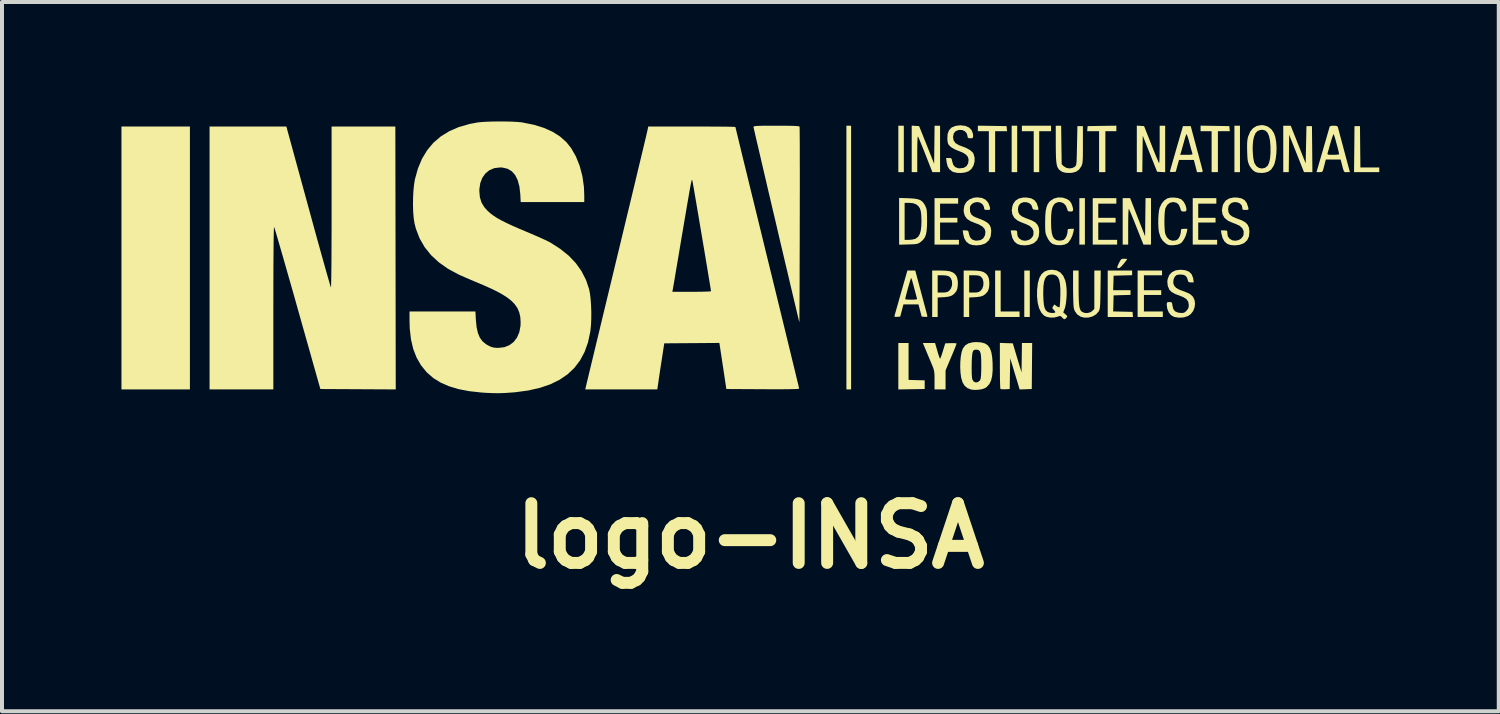
<source format=kicad_pcb>
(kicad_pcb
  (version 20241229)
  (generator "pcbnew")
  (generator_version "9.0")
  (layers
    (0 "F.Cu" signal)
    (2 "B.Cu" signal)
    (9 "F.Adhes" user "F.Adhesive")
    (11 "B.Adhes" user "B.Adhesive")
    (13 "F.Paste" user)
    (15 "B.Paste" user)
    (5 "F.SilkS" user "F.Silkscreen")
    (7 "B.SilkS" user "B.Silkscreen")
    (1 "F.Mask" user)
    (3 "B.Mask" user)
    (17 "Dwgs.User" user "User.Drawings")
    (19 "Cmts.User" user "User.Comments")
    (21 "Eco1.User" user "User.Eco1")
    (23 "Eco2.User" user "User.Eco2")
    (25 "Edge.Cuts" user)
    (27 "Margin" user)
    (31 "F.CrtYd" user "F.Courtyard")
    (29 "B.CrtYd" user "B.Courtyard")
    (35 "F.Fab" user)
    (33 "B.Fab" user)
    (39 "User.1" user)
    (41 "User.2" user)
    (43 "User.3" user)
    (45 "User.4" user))
  (footprint "logo-INSA"
    (layer "F.Cu")
    (at 15.793 3.408)
    (property "Reference" "logo-INSA" (at 0 7 0) (layer "F.SilkS") (effects (font (size 1.5 1.5) (thickness 0.3))))
    (attr board_only exclude_from_pos_files exclude_from_bom)
    (fp_poly (pts (xy -14.074 0.02) (xy -14.074 3.321) (xy -14.934 3.321) (xy -15.793 3.321) (xy -15.793 0.02) (xy -15.793 -3.281) (xy -14.934 -3.281) (xy -14.074 -3.281)) (stroke (width 0) (type solid)) (fill yes) (layer "F.SilkS"))
    (fp_poly (pts (xy 2.53 0.01) (xy 2.53 3.321) (xy 2.471 3.321) (xy 2.412 3.321) (xy 2.412 0.01) (xy 2.412 -3.301) (xy 2.471 -3.301) (xy 2.53 -3.301)) (stroke (width 0) (type solid)) (fill yes) (layer "F.SilkS"))
    (fp_poly (pts (xy 3.854 -2.718) (xy 3.854 -2.135) (xy 3.785 -2.135) (xy 3.716 -2.135) (xy 3.716 -2.718) (xy 3.716 -3.301) (xy 3.785 -3.301) (xy 3.854 -3.301)) (stroke (width 0) (type solid)) (fill yes) (layer "F.SilkS"))
    (fp_poly (pts (xy 6.701 -2.718) (xy 6.701 -2.135) (xy 6.632 -2.135) (xy 6.562 -2.135) (xy 6.562 -2.718) (xy 6.562 -3.301) (xy 6.632 -3.301) (xy 6.701 -3.301)) (stroke (width 0) (type solid)) (fill yes) (layer "F.SilkS"))
    (fp_poly (pts (xy 7.017 0.919) (xy 7.017 1.502) (xy 6.948 1.502) (xy 6.879 1.502) (xy 6.879 0.919) (xy 6.879 0.336) (xy 6.948 0.336) (xy 7.017 0.336)) (stroke (width 0) (type solid)) (fill yes) (layer "F.SilkS"))
    (fp_poly (pts (xy 8.401 -0.899) (xy 8.401 -0.316) (xy 8.332 -0.316) (xy 8.262 -0.316) (xy 8.262 -0.899) (xy 8.262 -1.482) (xy 8.332 -1.482) (xy 8.401 -1.482)) (stroke (width 0) (type solid)) (fill yes) (layer "F.SilkS"))
    (fp_poly (pts (xy 12.295 -2.718) (xy 12.295 -2.135) (xy 12.226 -2.135) (xy 12.156 -2.135) (xy 12.156 -2.718) (xy 12.156 -3.301) (xy 12.226 -3.301) (xy 12.295 -3.301)) (stroke (width 0) (type solid)) (fill yes) (layer "F.SilkS"))
    (fp_poly (pts (xy 3.973 2.618) (xy 3.973 3.082) (xy 4.176 3.088) (xy 4.378 3.093) (xy 4.378 3.202) (xy 4.378 3.311) (xy 4.047 3.316) (xy 3.716 3.322) (xy 3.716 2.738) (xy 3.716 2.155) (xy 3.845 2.155) (xy 3.973 2.155)) (stroke (width 0) (type solid)) (fill yes) (layer "F.SilkS"))
    (fp_poly (pts (xy 6.286 0.85) (xy 6.286 1.364) (xy 6.523 1.364) (xy 6.76 1.364) (xy 6.76 1.433) (xy 6.76 1.502) (xy 6.454 1.502) (xy 6.147 1.502) (xy 6.147 0.919) (xy 6.147 0.336) (xy 6.217 0.336) (xy 6.286 0.336)) (stroke (width 0) (type solid)) (fill yes) (layer "F.SilkS"))
    (fp_poly (pts (xy 15.314 -2.772) (xy 15.32 -2.253) (xy 15.557 -2.253) (xy 15.793 -2.253) (xy 15.793 -2.194) (xy 15.793 -2.135) (xy 15.477 -2.135) (xy 15.16 -2.135) (xy 15.166 -2.713) (xy 15.171 -3.291) (xy 15.24 -3.291) (xy 15.309 -3.291)) (stroke (width 0) (type solid)) (fill yes) (layer "F.SilkS"))
    (fp_poly (pts (xy 6.073 -3.297) (xy 6.434 -3.291) (xy 6.44 -3.227) (xy 6.446 -3.163) (xy 6.297 -3.163) (xy 6.147 -3.163) (xy 6.147 -2.649) (xy 6.147 -2.135) (xy 6.068 -2.135) (xy 5.989 -2.135) (xy 5.989 -2.649) (xy 5.989 -3.163) (xy 5.851 -3.163) (xy 5.713 -3.163) (xy 5.713 -3.232) (xy 5.713 -3.302)) (stroke (width 0) (type solid)) (fill yes) (layer "F.SilkS"))
    (fp_poly (pts (xy 7.551 -3.232) (xy 7.551 -3.163) (xy 7.403 -3.163) (xy 7.254 -3.163) (xy 7.254 -2.649) (xy 7.254 -2.135) (xy 7.185 -2.135) (xy 7.116 -2.135) (xy 7.116 -2.649) (xy 7.116 -3.163) (xy 6.968 -3.163) (xy 6.819 -3.163) (xy 6.819 -3.232) (xy 6.819 -3.301) (xy 7.185 -3.301) (xy 7.551 -3.301)) (stroke (width 0) (type solid)) (fill yes) (layer "F.SilkS"))
    (fp_poly (pts (xy 9.191 -3.232) (xy 9.191 -3.163) (xy 9.053 -3.163) (xy 8.915 -3.163) (xy 8.915 -2.649) (xy 8.915 -2.135) (xy 8.836 -2.135) (xy 8.757 -2.135) (xy 8.757 -2.649) (xy 8.757 -3.163) (xy 8.607 -3.163) (xy 8.458 -3.163) (xy 8.464 -3.227) (xy 8.47 -3.291) (xy 8.831 -3.297) (xy 9.191 -3.302)) (stroke (width 0) (type solid)) (fill yes) (layer "F.SilkS"))
    (fp_poly (pts (xy 9.443 0.042) (xy 9.459 0.053) (xy 9.455 0.064) (xy 9.378 0.164) (xy 9.315 0.234) (xy 9.269 0.271) (xy 9.249 0.277) (xy 9.218 0.268) (xy 9.211 0.256) (xy 9.22 0.228) (xy 9.241 0.178) (xy 9.261 0.138) (xy 9.291 0.081) (xy 9.317 0.052) (xy 9.349 0.041) (xy 9.392 0.04)) (stroke (width 0) (type solid)) (fill yes) (layer "F.SilkS"))
    (fp_poly (pts (xy 11.667 -3.297) (xy 12.028 -3.291) (xy 12.034 -3.227) (xy 12.04 -3.163) (xy 11.891 -3.163) (xy 11.741 -3.163) (xy 11.741 -2.649) (xy 11.741 -2.135) (xy 11.662 -2.135) (xy 11.583 -2.135) (xy 11.583 -2.649) (xy 11.583 -3.163) (xy 11.445 -3.163) (xy 11.306 -3.163) (xy 11.306 -3.232) (xy 11.306 -3.302)) (stroke (width 0) (type solid)) (fill yes) (layer "F.SilkS"))
    (fp_poly (pts (xy 13.476 -3.301) (xy 13.57 -3.301) (xy 13.758 -2.828) (xy 13.945 -2.355) (xy 13.955 -2.823) (xy 13.965 -3.291) (xy 14.034 -3.291) (xy 14.103 -3.291) (xy 14.109 -2.713) (xy 14.114 -2.135) (xy 14.009 -2.135) (xy 13.903 -2.135) (xy 13.717 -2.604) (xy 13.53 -3.074) (xy 13.525 -2.604) (xy 13.52 -2.135) (xy 13.451 -2.135) (xy 13.382 -2.135) (xy 13.382 -2.718) (xy 13.382 -3.301)) (stroke (width 0) (type solid)) (fill yes) (layer "F.SilkS"))
    (fp_poly (pts (xy 5.218 -1.413) (xy 5.218 -1.344) (xy 4.991 -1.344) (xy 4.764 -1.344) (xy 4.764 -1.166) (xy 4.764 -0.988) (xy 4.981 -0.988) (xy 5.199 -0.988) (xy 5.199 -0.929) (xy 5.199 -0.87) (xy 4.981 -0.87) (xy 4.764 -0.87) (xy 4.764 -0.652) (xy 4.764 -0.435) (xy 5.001 -0.435) (xy 5.238 -0.435) (xy 5.238 -0.376) (xy 5.238 -0.316) (xy 4.932 -0.316) (xy 4.625 -0.316) (xy 4.625 -0.899) (xy 4.625 -1.482) (xy 4.922 -1.482) (xy 5.218 -1.482)) (stroke (width 0) (type solid)) (fill yes) (layer "F.SilkS"))
    (fp_poly (pts (xy 9.191 -1.413) (xy 9.191 -1.344) (xy 8.964 -1.344) (xy 8.737 -1.344) (xy 8.737 -1.166) (xy 8.737 -0.988) (xy 8.954 -0.988) (xy 9.172 -0.988) (xy 9.172 -0.929) (xy 9.172 -0.87) (xy 8.954 -0.87) (xy 8.737 -0.87) (xy 8.737 -0.652) (xy 8.737 -0.435) (xy 8.974 -0.435) (xy 9.211 -0.435) (xy 9.211 -0.376) (xy 9.211 -0.316) (xy 8.905 -0.316) (xy 8.598 -0.316) (xy 8.598 -0.899) (xy 8.598 -1.482) (xy 8.895 -1.482) (xy 9.191 -1.482)) (stroke (width 0) (type solid)) (fill yes) (layer "F.SilkS"))
    (fp_poly (pts (xy 9.587 0.395) (xy 9.587 0.453) (xy 9.355 0.459) (xy 9.122 0.465) (xy 9.117 0.647) (xy 9.111 0.83) (xy 9.329 0.83) (xy 9.547 0.83) (xy 9.547 0.889) (xy 9.547 0.947) (xy 9.335 0.953) (xy 9.122 0.959) (xy 9.117 1.161) (xy 9.111 1.363) (xy 9.354 1.368) (xy 9.597 1.374) (xy 9.603 1.438) (xy 9.609 1.502) (xy 9.292 1.502) (xy 8.974 1.502) (xy 8.974 0.919) (xy 8.974 0.336) (xy 9.28 0.336) (xy 9.587 0.336)) (stroke (width 0) (type solid)) (fill yes) (layer "F.SilkS"))
    (fp_poly (pts (xy 10.338 0.395) (xy 10.338 0.455) (xy 10.111 0.455) (xy 9.883 0.455) (xy 9.883 0.642) (xy 9.883 0.83) (xy 10.101 0.83) (xy 10.318 0.83) (xy 10.318 0.889) (xy 10.318 0.949) (xy 10.101 0.949) (xy 9.883 0.949) (xy 9.883 1.156) (xy 9.883 1.364) (xy 10.12 1.364) (xy 10.358 1.364) (xy 10.358 1.433) (xy 10.358 1.502) (xy 10.041 1.502) (xy 9.725 1.502) (xy 9.725 0.919) (xy 9.725 0.336) (xy 10.032 0.336) (xy 10.338 0.336)) (stroke (width 0) (type solid)) (fill yes) (layer "F.SilkS"))
    (fp_poly (pts (xy 11.702 -1.413) (xy 11.702 -1.344) (xy 11.474 -1.344) (xy 11.247 -1.344) (xy 11.247 -1.166) (xy 11.247 -0.988) (xy 11.465 -0.988) (xy 11.682 -0.988) (xy 11.682 -0.929) (xy 11.682 -0.87) (xy 11.465 -0.87) (xy 11.247 -0.87) (xy 11.247 -0.652) (xy 11.247 -0.435) (xy 11.484 -0.435) (xy 11.722 -0.435) (xy 11.722 -0.376) (xy 11.722 -0.316) (xy 11.415 -0.316) (xy 11.109 -0.316) (xy 11.109 -0.899) (xy 11.109 -1.482) (xy 11.405 -1.482) (xy 11.702 -1.482)) (stroke (width 0) (type solid)) (fill yes) (layer "F.SilkS"))
    (fp_poly (pts (xy 4.145 -3.297) (xy 4.238 -3.291) (xy 4.427 -2.819) (xy 4.615 -2.346) (xy 4.621 -2.823) (xy 4.626 -3.301) (xy 4.695 -3.301) (xy 4.764 -3.301) (xy 4.764 -2.718) (xy 4.764 -2.135) (xy 4.667 -2.135) (xy 4.571 -2.135) (xy 4.398 -2.575) (xy 4.349 -2.699) (xy 4.303 -2.811) (xy 4.264 -2.906) (xy 4.234 -2.978) (xy 4.214 -3.022) (xy 4.208 -3.033) (xy 4.203 -3.02) (xy 4.198 -2.972) (xy 4.195 -2.893) (xy 4.192 -2.789) (xy 4.191 -2.662) (xy 4.191 -2.593) (xy 4.191 -2.135) (xy 4.121 -2.135) (xy 4.052 -2.135) (xy 4.052 -2.719) (xy 4.052 -3.303)) (stroke (width 0) (type solid)) (fill yes) (layer "F.SilkS"))
    (fp_poly (pts (xy 9.796 -3.297) (xy 9.887 -3.291) (xy 10.068 -2.833) (xy 10.118 -2.707) (xy 10.164 -2.592) (xy 10.204 -2.495) (xy 10.236 -2.421) (xy 10.256 -2.374) (xy 10.264 -2.36) (xy 10.268 -2.375) (xy 10.272 -2.424) (xy 10.275 -2.502) (xy 10.277 -2.605) (xy 10.278 -2.726) (xy 10.279 -2.823) (xy 10.279 -3.301) (xy 10.348 -3.301) (xy 10.417 -3.301) (xy 10.417 -2.717) (xy 10.417 -2.133) (xy 10.316 -2.139) (xy 10.215 -2.145) (xy 10.034 -2.598) (xy 9.854 -3.051) (xy 9.848 -2.593) (xy 9.843 -2.135) (xy 9.774 -2.135) (xy 9.705 -2.135) (xy 9.705 -2.719) (xy 9.705 -3.303)) (stroke (width 0) (type solid)) (fill yes) (layer "F.SilkS"))
    (fp_poly (pts (xy 10.061 -0.899) (xy 10.061 -0.316) (xy 9.966 -0.316) (xy 9.871 -0.316) (xy 9.696 -0.756) (xy 9.647 -0.88) (xy 9.601 -0.992) (xy 9.562 -1.087) (xy 9.531 -1.159) (xy 9.511 -1.203) (xy 9.505 -1.215) (xy 9.5 -1.201) (xy 9.496 -1.153) (xy 9.492 -1.076) (xy 9.49 -0.974) (xy 9.488 -0.851) (xy 9.488 -0.775) (xy 9.488 -0.316) (xy 9.419 -0.316) (xy 9.35 -0.316) (xy 9.35 -0.899) (xy 9.35 -1.482) (xy 9.443 -1.482) (xy 9.537 -1.482) (xy 9.725 -1.003) (xy 9.913 -0.524) (xy 9.918 -1.003) (xy 9.924 -1.482) (xy 9.992 -1.482) (xy 10.061 -1.482)) (stroke (width 0) (type solid)) (fill yes) (layer "F.SilkS"))
    (fp_poly (pts (xy 6.429 2.159) (xy 6.591 2.164) (xy 6.7 2.53) (xy 6.81 2.895) (xy 6.815 2.525) (xy 6.82 2.155) (xy 6.949 2.155) (xy 7.077 2.155) (xy 7.072 2.733) (xy 7.067 3.311) (xy 6.914 3.317) (xy 6.762 3.322) (xy 6.722 3.188) (xy 6.701 3.116) (xy 6.671 3.019) (xy 6.638 2.91) (xy 6.605 2.8) (xy 6.604 2.797) (xy 6.526 2.54) (xy 6.519 2.925) (xy 6.513 3.311) (xy 6.404 3.317) (xy 6.341 3.318) (xy 6.295 3.314) (xy 6.28 3.308) (xy 6.276 3.286) (xy 6.273 3.229) (xy 6.27 3.142) (xy 6.268 3.032) (xy 6.267 2.902) (xy 6.266 2.758) (xy 6.266 2.724) (xy 6.266 2.153)) (stroke (width 0) (type solid)) (fill yes) (layer "F.SilkS"))
    (fp_poly (pts (xy 4.695 2.352) (xy 4.719 2.434) (xy 4.741 2.499) (xy 4.757 2.54) (xy 4.764 2.55) (xy 4.775 2.532) (xy 4.794 2.485) (xy 4.817 2.415) (xy 4.835 2.357) (xy 4.894 2.164) (xy 5.036 2.159) (xy 5.105 2.158) (xy 5.156 2.162) (xy 5.179 2.169) (xy 5.179 2.171) (xy 5.171 2.194) (xy 5.151 2.247) (xy 5.12 2.324) (xy 5.081 2.42) (xy 5.04 2.516) (xy 4.902 2.844) (xy 4.902 3.082) (xy 4.902 3.321) (xy 4.764 3.321) (xy 4.625 3.321) (xy 4.625 3.088) (xy 4.625 2.985) (xy 4.621 2.911) (xy 4.613 2.852) (xy 4.598 2.797) (xy 4.574 2.734) (xy 4.559 2.698) (xy 4.521 2.606) (xy 4.475 2.497) (xy 4.429 2.388) (xy 4.412 2.347) (xy 4.331 2.155) (xy 4.485 2.155) (xy 4.638 2.155)) (stroke (width 0) (type solid)) (fill yes) (layer "F.SilkS"))
    (fp_poly (pts (xy 4.779 0.336) (xy 4.905 0.34) (xy 5 0.352) (xy 5.071 0.376) (xy 5.126 0.413) (xy 5.168 0.461) (xy 5.195 0.524) (xy 5.21 0.609) (xy 5.21 0.702) (xy 5.198 0.789) (xy 5.172 0.855) (xy 5.168 0.862) (xy 5.113 0.925) (xy 5.056 0.966) (xy 4.984 0.99) (xy 4.886 1.003) (xy 4.863 1.004) (xy 4.704 1.013) (xy 4.704 1.258) (xy 4.704 1.502) (xy 4.635 1.502) (xy 4.566 1.502) (xy 4.566 0.919) (xy 4.566 0.672) (xy 4.704 0.672) (xy 4.704 0.889) (xy 4.82 0.889) (xy 4.902 0.885) (xy 4.958 0.868) (xy 4.988 0.849) (xy 5.039 0.785) (xy 5.066 0.701) (xy 5.064 0.61) (xy 5.059 0.588) (xy 5.031 0.523) (xy 4.986 0.481) (xy 4.916 0.46) (xy 4.829 0.455) (xy 4.704 0.455) (xy 4.704 0.672) (xy 4.566 0.672) (xy 4.566 0.336)) (stroke (width 0) (type solid)) (fill yes) (layer "F.SilkS"))
    (fp_poly (pts (xy 5.569 0.336) (xy 5.696 0.34) (xy 5.79 0.352) (xy 5.861 0.376) (xy 5.916 0.413) (xy 5.958 0.461) (xy 5.986 0.524) (xy 6 0.609) (xy 6.001 0.702) (xy 5.989 0.789) (xy 5.963 0.855) (xy 5.958 0.862) (xy 5.904 0.925) (xy 5.846 0.966) (xy 5.774 0.99) (xy 5.677 1.003) (xy 5.654 1.004) (xy 5.495 1.013) (xy 5.495 1.258) (xy 5.495 1.502) (xy 5.426 1.502) (xy 5.357 1.502) (xy 5.357 0.919) (xy 5.357 0.672) (xy 5.495 0.672) (xy 5.495 0.889) (xy 5.613 0.889) (xy 5.689 0.886) (xy 5.74 0.872) (xy 5.782 0.845) (xy 5.782 0.845) (xy 5.828 0.783) (xy 5.852 0.704) (xy 5.853 0.62) (xy 5.832 0.543) (xy 5.791 0.49) (xy 5.747 0.467) (xy 5.68 0.456) (xy 5.621 0.455) (xy 5.495 0.455) (xy 5.495 0.672) (xy 5.357 0.672) (xy 5.357 0.336)) (stroke (width 0) (type solid)) (fill yes) (layer "F.SilkS"))
    (fp_poly (pts (xy 8.243 0.756) (xy 8.244 0.924) (xy 8.247 1.057) (xy 8.253 1.16) (xy 8.262 1.238) (xy 8.275 1.294) (xy 8.293 1.334) (xy 8.315 1.362) (xy 8.323 1.369) (xy 8.389 1.399) (xy 8.468 1.403) (xy 8.543 1.382) (xy 8.586 1.351) (xy 8.638 1.299) (xy 8.638 0.818) (xy 8.638 0.336) (xy 8.719 0.336) (xy 8.799 0.336) (xy 8.793 0.815) (xy 8.79 0.967) (xy 8.788 1.085) (xy 8.785 1.173) (xy 8.78 1.239) (xy 8.774 1.286) (xy 8.766 1.32) (xy 8.756 1.347) (xy 8.746 1.364) (xy 8.684 1.435) (xy 8.596 1.487) (xy 8.495 1.516) (xy 8.389 1.519) (xy 8.292 1.494) (xy 8.205 1.435) (xy 8.145 1.348) (xy 8.126 1.295) (xy 8.119 1.249) (xy 8.113 1.17) (xy 8.109 1.063) (xy 8.106 0.935) (xy 8.104 0.791) (xy 8.104 0.776) (xy 8.104 0.336) (xy 8.173 0.336) (xy 8.243 0.336)) (stroke (width 0) (type solid)) (fill yes) (layer "F.SilkS"))
    (fp_poly (pts (xy 7.811 -2.817) (xy 7.818 -2.333) (xy 7.867 -2.285) (xy 7.937 -2.242) (xy 8.02 -2.228) (xy 8.101 -2.245) (xy 8.147 -2.271) (xy 8.161 -2.284) (xy 8.172 -2.299) (xy 8.181 -2.321) (xy 8.187 -2.355) (xy 8.192 -2.406) (xy 8.195 -2.479) (xy 8.198 -2.58) (xy 8.201 -2.712) (xy 8.203 -2.8) (xy 8.213 -3.291) (xy 8.282 -3.291) (xy 8.351 -3.291) (xy 8.351 -2.827) (xy 8.351 -2.677) (xy 8.35 -2.562) (xy 8.348 -2.475) (xy 8.344 -2.411) (xy 8.339 -2.364) (xy 8.33 -2.329) (xy 8.32 -2.3) (xy 8.312 -2.283) (xy 8.254 -2.199) (xy 8.179 -2.146) (xy 8.08 -2.119) (xy 8.007 -2.115) (xy 7.915 -2.12) (xy 7.847 -2.137) (xy 7.812 -2.155) (xy 7.771 -2.183) (xy 7.739 -2.216) (xy 7.714 -2.257) (xy 7.696 -2.312) (xy 7.684 -2.385) (xy 7.676 -2.482) (xy 7.672 -2.608) (xy 7.67 -2.766) (xy 7.67 -2.832) (xy 7.669 -3.301) (xy 7.737 -3.301) (xy 7.805 -3.301)) (stroke (width 0) (type solid)) (fill yes) (layer "F.SilkS"))
    (fp_poly (pts (xy 3.968 -1.48) (xy 4.098 -1.472) (xy 4.196 -1.457) (xy 4.269 -1.432) (xy 4.323 -1.392) (xy 4.367 -1.335) (xy 4.392 -1.289) (xy 4.41 -1.249) (xy 4.423 -1.208) (xy 4.431 -1.161) (xy 4.435 -1.096) (xy 4.437 -1.008) (xy 4.438 -0.909) (xy 4.435 -0.763) (xy 4.425 -0.648) (xy 4.407 -0.56) (xy 4.378 -0.491) (xy 4.336 -0.435) (xy 4.28 -0.384) (xy 4.278 -0.383) (xy 4.244 -0.359) (xy 4.212 -0.342) (xy 4.172 -0.332) (xy 4.117 -0.325) (xy 4.036 -0.322) (xy 3.97 -0.32) (xy 3.736 -0.313) (xy 3.736 -0.899) (xy 3.874 -0.899) (xy 3.874 -0.435) (xy 3.984 -0.435) (xy 4.06 -0.441) (xy 4.128 -0.456) (xy 4.154 -0.466) (xy 4.211 -0.51) (xy 4.253 -0.576) (xy 4.28 -0.669) (xy 4.294 -0.793) (xy 4.297 -0.909) (xy 4.293 -1.043) (xy 4.282 -1.145) (xy 4.26 -1.22) (xy 4.226 -1.275) (xy 4.177 -1.317) (xy 4.167 -1.324) (xy 4.092 -1.354) (xy 3.993 -1.364) (xy 3.988 -1.364) (xy 3.874 -1.364) (xy 3.874 -0.899) (xy 3.736 -0.899) (xy 3.736 -0.9) (xy 3.736 -1.487)) (stroke (width 0) (type solid)) (fill yes) (layer "F.SilkS"))
    (fp_poly (pts (xy 11.199 -2.767) (xy 11.237 -2.627) (xy 11.272 -2.497) (xy 11.302 -2.382) (xy 11.327 -2.289) (xy 11.344 -2.223) (xy 11.353 -2.189) (xy 11.353 -2.189) (xy 11.359 -2.154) (xy 11.347 -2.138) (xy 11.307 -2.135) (xy 11.291 -2.135) (xy 11.216 -2.135) (xy 11.177 -2.288) (xy 11.138 -2.441) (xy 10.951 -2.441) (xy 10.764 -2.441) (xy 10.723 -2.293) (xy 10.683 -2.145) (xy 10.609 -2.139) (xy 10.562 -2.138) (xy 10.537 -2.146) (xy 10.536 -2.148) (xy 10.541 -2.171) (xy 10.557 -2.226) (xy 10.58 -2.31) (xy 10.611 -2.417) (xy 10.647 -2.543) (xy 10.655 -2.57) (xy 10.795 -2.57) (xy 10.954 -2.57) (xy 11.035 -2.571) (xy 11.082 -2.576) (xy 11.102 -2.585) (xy 11.103 -2.597) (xy 11.094 -2.625) (xy 11.077 -2.684) (xy 11.055 -2.764) (xy 11.03 -2.858) (xy 11.028 -2.865) (xy 11.004 -2.954) (xy 10.981 -3.026) (xy 10.963 -3.073) (xy 10.952 -3.09) (xy 10.951 -3.09) (xy 10.938 -3.063) (xy 10.921 -3.011) (xy 10.904 -2.955) (xy 10.881 -2.869) (xy 10.853 -2.771) (xy 10.834 -2.703) (xy 10.795 -2.57) (xy 10.655 -2.57) (xy 10.687 -2.682) (xy 10.7 -2.728) (xy 10.864 -3.291) (xy 10.961 -3.291) (xy 11.059 -3.291)) (stroke (width 0) (type solid)) (fill yes) (layer "F.SilkS"))
    (fp_poly (pts (xy -8.91 0.02) (xy -8.905 3.321) (xy -9.851 3.316) (xy -10.798 3.311) (xy -11.37 1.285) (xy -11.447 1.01) (xy -11.522 0.746) (xy -11.594 0.495) (xy -11.661 0.26) (xy -11.723 0.043) (xy -11.78 -0.154) (xy -11.83 -0.327) (xy -11.873 -0.475) (xy -11.908 -0.595) (xy -11.935 -0.684) (xy -11.953 -0.74) (xy -11.96 -0.76) (xy -11.963 -0.744) (xy -11.966 -0.689) (xy -11.968 -0.598) (xy -11.971 -0.472) (xy -11.973 -0.312) (xy -11.974 -0.119) (xy -11.976 0.104) (xy -11.977 0.357) (xy -11.978 0.638) (xy -11.978 0.946) (xy -11.979 1.271) (xy -11.979 3.321) (xy -12.779 3.321) (xy -13.58 3.321) (xy -13.58 0.02) (xy -13.58 -3.281) (xy -12.616 -3.281) (xy -11.652 -3.281) (xy -11.1 -1.264) (xy -11.025 -0.99) (xy -10.953 -0.726) (xy -10.884 -0.476) (xy -10.819 -0.242) (xy -10.759 -0.026) (xy -10.704 0.169) (xy -10.656 0.341) (xy -10.614 0.487) (xy -10.58 0.605) (xy -10.555 0.692) (xy -10.538 0.745) (xy -10.532 0.763) (xy -10.53 0.745) (xy -10.528 0.69) (xy -10.526 0.601) (xy -10.524 0.48) (xy -10.522 0.33) (xy -10.52 0.154) (xy -10.519 -0.047) (xy -10.518 -0.269) (xy -10.517 -0.51) (xy -10.516 -0.767) (xy -10.516 -1.037) (xy -10.516 -1.254) (xy -10.516 -3.281) (xy -9.715 -3.281) (xy -8.915 -3.281)) (stroke (width 0) (type solid)) (fill yes) (layer "F.SilkS"))
    (fp_poly (pts (xy 5.792 2.14) (xy 5.888 2.166) (xy 5.962 2.214) (xy 6.015 2.287) (xy 6.052 2.389) (xy 6.074 2.522) (xy 6.083 2.659) (xy 6.085 2.838) (xy 6.072 2.985) (xy 6.044 3.101) (xy 5.999 3.191) (xy 5.937 3.258) (xy 5.895 3.287) (xy 5.827 3.313) (xy 5.736 3.329) (xy 5.64 3.334) (xy 5.554 3.326) (xy 5.54 3.323) (xy 5.449 3.287) (xy 5.38 3.228) (xy 5.329 3.144) (xy 5.295 3.03) (xy 5.277 2.903) (xy 5.273 2.823) (xy 5.558 2.823) (xy 5.559 2.923) (xy 5.564 3.004) (xy 5.571 3.058) (xy 5.572 3.064) (xy 5.603 3.119) (xy 5.651 3.145) (xy 5.706 3.141) (xy 5.756 3.106) (xy 5.775 3.078) (xy 5.786 3.035) (xy 5.794 2.955) (xy 5.798 2.838) (xy 5.799 2.738) (xy 5.798 2.598) (xy 5.793 2.492) (xy 5.783 2.417) (xy 5.765 2.367) (xy 5.74 2.338) (xy 5.705 2.325) (xy 5.673 2.323) (xy 5.625 2.327) (xy 5.598 2.349) (xy 5.58 2.392) (xy 5.572 2.437) (xy 5.565 2.513) (xy 5.56 2.609) (xy 5.558 2.715) (xy 5.558 2.823) (xy 5.273 2.823) (xy 5.27 2.763) (xy 5.273 2.623) (xy 5.285 2.492) (xy 5.306 2.381) (xy 5.334 2.299) (xy 5.335 2.296) (xy 5.393 2.217) (xy 5.475 2.165) (xy 5.584 2.138) (xy 5.671 2.132)) (stroke (width 0) (type solid)) (fill yes) (layer "F.SilkS"))
    (fp_poly (pts (xy 4.285 0.875) (xy 4.323 1.017) (xy 4.358 1.148) (xy 4.389 1.263) (xy 4.414 1.356) (xy 4.432 1.423) (xy 4.441 1.458) (xy 4.441 1.459) (xy 4.445 1.489) (xy 4.431 1.5) (xy 4.388 1.5) (xy 4.377 1.499) (xy 4.302 1.492) (xy 4.262 1.339) (xy 4.222 1.186) (xy 4.033 1.186) (xy 3.844 1.186) (xy 3.804 1.339) (xy 3.764 1.492) (xy 3.688 1.499) (xy 3.639 1.5) (xy 3.62 1.492) (xy 3.622 1.467) (xy 3.622 1.465) (xy 3.63 1.436) (xy 3.648 1.374) (xy 3.673 1.285) (xy 3.705 1.173) (xy 3.738 1.057) (xy 3.89 1.057) (xy 3.913 1.062) (xy 3.966 1.066) (xy 4.037 1.067) (xy 4.047 1.067) (xy 4.122 1.066) (xy 4.165 1.062) (xy 4.183 1.053) (xy 4.184 1.037) (xy 4.183 1.033) (xy 4.174 1.001) (xy 4.158 0.94) (xy 4.136 0.857) (xy 4.111 0.763) (xy 4.109 0.756) (xy 4.085 0.665) (xy 4.064 0.591) (xy 4.048 0.541) (xy 4.039 0.521) (xy 4.039 0.521) (xy 4.028 0.544) (xy 4.011 0.596) (xy 3.989 0.668) (xy 3.965 0.752) (xy 3.941 0.84) (xy 3.919 0.923) (xy 3.901 0.992) (xy 3.891 1.039) (xy 3.89 1.057) (xy 3.738 1.057) (xy 3.741 1.045) (xy 3.781 0.904) (xy 3.788 0.88) (xy 3.943 0.336) (xy 4.042 0.336) (xy 4.141 0.336)) (stroke (width 0) (type solid)) (fill yes) (layer "F.SilkS"))
    (fp_poly (pts (xy 12.901 -3.311) (xy 13 -3.277) (xy 13.086 -3.209) (xy 13.146 -3.12) (xy 13.182 -3.021) (xy 13.204 -2.895) (xy 13.214 -2.754) (xy 13.21 -2.61) (xy 13.193 -2.472) (xy 13.164 -2.352) (xy 13.14 -2.294) (xy 13.081 -2.204) (xy 13.005 -2.147) (xy 12.907 -2.119) (xy 12.838 -2.115) (xy 12.754 -2.12) (xy 12.692 -2.136) (xy 12.649 -2.16) (xy 12.598 -2.206) (xy 12.549 -2.273) (xy 12.532 -2.303) (xy 12.512 -2.349) (xy 12.497 -2.396) (xy 12.487 -2.451) (xy 12.481 -2.526) (xy 12.477 -2.628) (xy 12.476 -2.661) (xy 12.475 -2.706) (xy 12.614 -2.706) (xy 12.62 -2.585) (xy 12.632 -2.474) (xy 12.651 -2.386) (xy 12.66 -2.36) (xy 12.706 -2.288) (xy 12.77 -2.243) (xy 12.843 -2.226) (xy 12.916 -2.24) (xy 12.98 -2.285) (xy 12.991 -2.298) (xy 13.026 -2.37) (xy 13.051 -2.477) (xy 13.062 -2.615) (xy 13.062 -2.777) (xy 13.049 -2.931) (xy 13.023 -3.048) (xy 12.984 -3.131) (xy 12.929 -3.181) (xy 12.859 -3.199) (xy 12.803 -3.194) (xy 12.734 -3.166) (xy 12.682 -3.109) (xy 12.646 -3.018) (xy 12.627 -2.93) (xy 12.617 -2.825) (xy 12.614 -2.706) (xy 12.475 -2.706) (xy 12.474 -2.786) (xy 12.476 -2.882) (xy 12.484 -2.957) (xy 12.498 -3.021) (xy 12.501 -3.031) (xy 12.552 -3.151) (xy 12.624 -3.24) (xy 12.717 -3.295) (xy 12.827 -3.316)) (stroke (width 0) (type solid)) (fill yes) (layer "F.SilkS"))
    (fp_poly (pts (xy 0.828 -3.301) (xy 0.967 -3.299) (xy 1.073 -3.297) (xy 1.149 -3.294) (xy 1.2 -3.289) (xy 1.228 -3.283) (xy 1.236 -3.276) (xy 1.237 -3.254) (xy 1.238 -3.194) (xy 1.239 -3.1) (xy 1.24 -2.973) (xy 1.241 -2.817) (xy 1.241 -2.632) (xy 1.241 -2.423) (xy 1.242 -2.192) (xy 1.242 -1.939) (xy 1.242 -1.67) (xy 1.241 -1.384) (xy 1.241 -1.086) (xy 1.24 -0.801) (xy 1.24 -0.493) (xy 1.239 -0.197) (xy 1.238 0.085) (xy 1.237 0.352) (xy 1.237 0.599) (xy 1.236 0.826) (xy 1.235 1.03) (xy 1.234 1.208) (xy 1.233 1.359) (xy 1.232 1.479) (xy 1.232 1.567) (xy 1.231 1.619) (xy 1.23 1.635) (xy 1.223 1.608) (xy 1.208 1.545) (xy 1.185 1.45) (xy 1.156 1.326) (xy 1.12 1.175) (xy 1.078 0.999) (xy 1.032 0.803) (xy 0.981 0.588) (xy 0.927 0.357) (xy 0.869 0.114) (xy 0.81 -0.139) (xy 0.748 -0.4) (xy 0.686 -0.665) (xy 0.624 -0.932) (xy 0.561 -1.197) (xy 0.5 -1.458) (xy 0.44 -1.713) (xy 0.383 -1.958) (xy 0.329 -2.19) (xy 0.278 -2.407) (xy 0.232 -2.607) (xy 0.19 -2.785) (xy 0.154 -2.94) (xy 0.124 -3.068) (xy 0.102 -3.167) (xy 0.086 -3.234) (xy 0.079 -3.267) (xy 0.079 -3.269) (xy 0.082 -3.278) (xy 0.095 -3.286) (xy 0.12 -3.291) (xy 0.163 -3.295) (xy 0.228 -3.298) (xy 0.319 -3.3) (xy 0.439 -3.301) (xy 0.593 -3.301) (xy 0.653 -3.301)) (stroke (width 0) (type solid)) (fill yes) (layer "F.SilkS"))
    (fp_poly (pts (xy 10.738 -1.484) (xy 10.812 -1.457) (xy 10.821 -1.452) (xy 10.876 -1.398) (xy 10.921 -1.322) (xy 10.947 -1.241) (xy 10.951 -1.207) (xy 10.947 -1.166) (xy 10.927 -1.149) (xy 10.884 -1.146) (xy 10.842 -1.15) (xy 10.818 -1.166) (xy 10.802 -1.206) (xy 10.795 -1.234) (xy 10.76 -1.316) (xy 10.705 -1.365) (xy 10.626 -1.383) (xy 10.613 -1.384) (xy 10.534 -1.365) (xy 10.469 -1.313) (xy 10.425 -1.232) (xy 10.419 -1.213) (xy 10.409 -1.153) (xy 10.402 -1.065) (xy 10.399 -0.96) (xy 10.398 -0.849) (xy 10.402 -0.742) (xy 10.408 -0.652) (xy 10.418 -0.59) (xy 10.419 -0.586) (xy 10.459 -0.5) (xy 10.519 -0.441) (xy 10.594 -0.413) (xy 10.675 -0.42) (xy 10.716 -0.436) (xy 10.756 -0.476) (xy 10.789 -0.54) (xy 10.809 -0.614) (xy 10.812 -0.652) (xy 10.815 -0.69) (xy 10.831 -0.707) (xy 10.872 -0.711) (xy 10.894 -0.712) (xy 10.975 -0.712) (xy 10.962 -0.637) (xy 10.936 -0.546) (xy 10.894 -0.457) (xy 10.844 -0.383) (xy 10.807 -0.348) (xy 10.735 -0.316) (xy 10.629 -0.301) (xy 10.554 -0.299) (xy 10.502 -0.306) (xy 10.457 -0.327) (xy 10.437 -0.34) (xy 10.357 -0.411) (xy 10.301 -0.502) (xy 10.263 -0.62) (xy 10.258 -0.644) (xy 10.248 -0.734) (xy 10.243 -0.844) (xy 10.244 -0.962) (xy 10.251 -1.076) (xy 10.263 -1.175) (xy 10.28 -1.245) (xy 10.328 -1.344) (xy 10.395 -1.425) (xy 10.472 -1.476) (xy 10.474 -1.477) (xy 10.552 -1.495) (xy 10.645 -1.497)) (stroke (width 0) (type solid)) (fill yes) (layer "F.SilkS"))
    (fp_poly (pts (xy 14.707 -3.299) (xy 14.738 -3.289) (xy 14.753 -3.265) (xy 14.759 -3.247) (xy 14.767 -3.214) (xy 14.785 -3.148) (xy 14.809 -3.055) (xy 14.84 -2.941) (xy 14.875 -2.811) (xy 14.912 -2.67) (xy 14.914 -2.664) (xy 15.056 -2.135) (xy 14.981 -2.135) (xy 14.95 -2.134) (xy 14.928 -2.137) (xy 14.912 -2.149) (xy 14.898 -2.176) (xy 14.882 -2.224) (xy 14.862 -2.3) (xy 14.843 -2.377) (xy 14.823 -2.451) (xy 14.637 -2.451) (xy 14.451 -2.451) (xy 14.429 -2.367) (xy 14.41 -2.293) (xy 14.391 -2.22) (xy 14.388 -2.209) (xy 14.372 -2.161) (xy 14.349 -2.14) (xy 14.303 -2.135) (xy 14.293 -2.135) (xy 14.217 -2.135) (xy 14.348 -2.587) (xy 14.493 -2.587) (xy 14.508 -2.576) (xy 14.546 -2.571) (xy 14.614 -2.57) (xy 14.635 -2.57) (xy 14.706 -2.572) (xy 14.759 -2.577) (xy 14.785 -2.585) (xy 14.785 -2.587) (xy 14.78 -2.616) (xy 14.767 -2.673) (xy 14.748 -2.749) (xy 14.725 -2.834) (xy 14.702 -2.919) (xy 14.68 -2.996) (xy 14.662 -3.054) (xy 14.65 -3.086) (xy 14.649 -3.089) (xy 14.638 -3.078) (xy 14.62 -3.033) (xy 14.593 -2.951) (xy 14.558 -2.832) (xy 14.514 -2.677) (xy 14.494 -2.604) (xy 14.493 -2.587) (xy 14.348 -2.587) (xy 14.373 -2.673) (xy 14.414 -2.815) (xy 14.452 -2.945) (xy 14.485 -3.06) (xy 14.512 -3.153) (xy 14.531 -3.22) (xy 14.54 -3.255) (xy 14.541 -3.257) (xy 14.553 -3.284) (xy 14.58 -3.297) (xy 14.632 -3.301) (xy 14.649 -3.301)) (stroke (width 0) (type solid)) (fill yes) (layer "F.SilkS"))
    (fp_poly (pts (xy 7.844 -1.495) (xy 7.942 -1.463) (xy 8.008 -1.422) (xy 8.053 -1.365) (xy 8.065 -1.34) (xy 8.089 -1.276) (xy 8.103 -1.217) (xy 8.104 -1.201) (xy 8.1 -1.164) (xy 8.078 -1.149) (xy 8.036 -1.146) (xy 7.989 -1.151) (xy 7.967 -1.171) (xy 7.955 -1.215) (xy 7.924 -1.292) (xy 7.871 -1.349) (xy 7.804 -1.38) (xy 7.732 -1.384) (xy 7.663 -1.356) (xy 7.64 -1.337) (xy 7.606 -1.293) (xy 7.581 -1.236) (xy 7.565 -1.159) (xy 7.555 -1.058) (xy 7.551 -0.925) (xy 7.551 -0.88) (xy 7.556 -0.726) (xy 7.57 -0.607) (xy 7.595 -0.52) (xy 7.633 -0.462) (xy 7.685 -0.428) (xy 7.754 -0.415) (xy 7.768 -0.415) (xy 7.826 -0.422) (xy 7.87 -0.436) (xy 7.91 -0.476) (xy 7.943 -0.54) (xy 7.963 -0.614) (xy 7.966 -0.652) (xy 7.969 -0.69) (xy 7.985 -0.707) (xy 8.027 -0.711) (xy 8.046 -0.712) (xy 8.126 -0.712) (xy 8.113 -0.637) (xy 8.088 -0.546) (xy 8.047 -0.457) (xy 7.997 -0.383) (xy 7.961 -0.348) (xy 7.891 -0.316) (xy 7.8 -0.301) (xy 7.704 -0.303) (xy 7.617 -0.322) (xy 7.587 -0.335) (xy 7.53 -0.379) (xy 7.48 -0.448) (xy 7.459 -0.489) (xy 7.436 -0.536) (xy 7.421 -0.578) (xy 7.411 -0.623) (xy 7.405 -0.68) (xy 7.403 -0.758) (xy 7.403 -0.866) (xy 7.403 -0.88) (xy 7.406 -1.037) (xy 7.417 -1.161) (xy 7.438 -1.258) (xy 7.468 -1.334) (xy 7.511 -1.393) (xy 7.527 -1.409) (xy 7.619 -1.471) (xy 7.727 -1.5)) (stroke (width 0) (type solid)) (fill yes) (layer "F.SilkS"))
    (fp_poly (pts (xy 5.818 -1.487) (xy 5.91 -1.441) (xy 5.975 -1.365) (xy 6.014 -1.261) (xy 6.016 -1.25) (xy 6.021 -1.209) (xy 6.011 -1.191) (xy 5.975 -1.186) (xy 5.949 -1.186) (xy 5.899 -1.189) (xy 5.876 -1.202) (xy 5.871 -1.232) (xy 5.871 -1.236) (xy 5.857 -1.285) (xy 5.824 -1.333) (xy 5.822 -1.335) (xy 5.761 -1.373) (xy 5.691 -1.384) (xy 5.621 -1.37) (xy 5.561 -1.335) (xy 5.522 -1.283) (xy 5.513 -1.241) (xy 5.517 -1.145) (xy 5.545 -1.077) (xy 5.602 -1.027) (xy 5.667 -0.997) (xy 5.8 -0.946) (xy 5.899 -0.899) (xy 5.969 -0.852) (xy 6.013 -0.8) (xy 6.038 -0.739) (xy 6.048 -0.665) (xy 6.048 -0.637) (xy 6.034 -0.517) (xy 5.988 -0.422) (xy 5.913 -0.354) (xy 5.885 -0.338) (xy 5.789 -0.307) (xy 5.681 -0.296) (xy 5.575 -0.305) (xy 5.496 -0.331) (xy 5.422 -0.389) (xy 5.371 -0.476) (xy 5.346 -0.578) (xy 5.332 -0.672) (xy 5.404 -0.672) (xy 5.449 -0.669) (xy 5.472 -0.654) (xy 5.484 -0.615) (xy 5.488 -0.589) (xy 5.516 -0.501) (xy 5.568 -0.444) (xy 5.645 -0.417) (xy 5.683 -0.415) (xy 5.778 -0.428) (xy 5.846 -0.47) (xy 5.888 -0.54) (xy 5.893 -0.555) (xy 5.904 -0.638) (xy 5.882 -0.71) (xy 5.826 -0.771) (xy 5.733 -0.824) (xy 5.643 -0.857) (xy 5.523 -0.906) (xy 5.439 -0.964) (xy 5.386 -1.037) (xy 5.36 -1.128) (xy 5.357 -1.191) (xy 5.374 -1.297) (xy 5.425 -1.386) (xy 5.503 -1.452) (xy 5.605 -1.492) (xy 5.702 -1.502)) (stroke (width 0) (type solid)) (fill yes) (layer "F.SilkS"))
    (fp_poly (pts (xy 7.053 -1.477) (xy 7.135 -1.43) (xy 7.192 -1.355) (xy 7.227 -1.248) (xy 7.227 -1.246) (xy 7.234 -1.206) (xy 7.224 -1.189) (xy 7.188 -1.188) (xy 7.163 -1.19) (xy 7.112 -1.197) (xy 7.088 -1.216) (xy 7.08 -1.25) (xy 7.055 -1.311) (xy 7.004 -1.356) (xy 6.937 -1.38) (xy 6.865 -1.382) (xy 6.798 -1.358) (xy 6.769 -1.335) (xy 6.736 -1.289) (xy 6.722 -1.231) (xy 6.721 -1.196) (xy 6.73 -1.124) (xy 6.763 -1.067) (xy 6.824 -1.021) (xy 6.918 -0.979) (xy 6.949 -0.968) (xy 7.07 -0.922) (xy 7.156 -0.872) (xy 7.212 -0.812) (xy 7.243 -0.739) (xy 7.254 -0.646) (xy 7.254 -0.632) (xy 7.241 -0.517) (xy 7.201 -0.428) (xy 7.13 -0.361) (xy 7.095 -0.341) (xy 6.999 -0.308) (xy 6.889 -0.296) (xy 6.783 -0.305) (xy 6.701 -0.333) (xy 6.63 -0.392) (xy 6.579 -0.483) (xy 6.553 -0.588) (xy 6.539 -0.672) (xy 6.62 -0.672) (xy 6.671 -0.67) (xy 6.694 -0.658) (xy 6.701 -0.624) (xy 6.701 -0.596) (xy 6.713 -0.524) (xy 6.753 -0.467) (xy 6.82 -0.425) (xy 6.899 -0.412) (xy 6.977 -0.427) (xy 7.046 -0.466) (xy 7.095 -0.527) (xy 7.107 -0.562) (xy 7.111 -0.648) (xy 7.078 -0.724) (xy 7.01 -0.788) (xy 6.907 -0.836) (xy 6.897 -0.839) (xy 6.819 -0.869) (xy 6.74 -0.904) (xy 6.708 -0.921) (xy 6.629 -0.987) (xy 6.58 -1.074) (xy 6.564 -1.175) (xy 6.581 -1.286) (xy 6.602 -1.34) (xy 6.659 -1.42) (xy 6.743 -1.473) (xy 6.852 -1.498) (xy 6.941 -1.498)) (stroke (width 0) (type solid)) (fill yes) (layer "F.SilkS"))
    (fp_poly (pts (xy 5.398 -3.297) (xy 5.491 -3.256) (xy 5.555 -3.191) (xy 5.589 -3.102) (xy 5.594 -3.046) (xy 5.59 -3.005) (xy 5.571 -2.988) (xy 5.525 -2.985) (xy 5.525 -2.985) (xy 5.477 -2.989) (xy 5.458 -3.007) (xy 5.456 -3.023) (xy 5.438 -3.101) (xy 5.391 -3.159) (xy 5.322 -3.193) (xy 5.237 -3.195) (xy 5.231 -3.194) (xy 5.155 -3.164) (xy 5.108 -3.108) (xy 5.09 -3.025) (xy 5.09 -3.014) (xy 5.104 -2.931) (xy 5.15 -2.866) (xy 5.23 -2.816) (xy 5.285 -2.795) (xy 5.416 -2.745) (xy 5.516 -2.689) (xy 5.583 -2.63) (xy 5.603 -2.599) (xy 5.631 -2.501) (xy 5.63 -2.398) (xy 5.603 -2.299) (xy 5.552 -2.216) (xy 5.48 -2.157) (xy 5.478 -2.156) (xy 5.393 -2.127) (xy 5.293 -2.114) (xy 5.191 -2.117) (xy 5.103 -2.137) (xy 5.066 -2.154) (xy 4.996 -2.211) (xy 4.952 -2.285) (xy 4.929 -2.386) (xy 4.928 -2.389) (xy 4.916 -2.491) (xy 4.986 -2.491) (xy 5.03 -2.488) (xy 5.052 -2.473) (xy 5.064 -2.435) (xy 5.069 -2.404) (xy 5.096 -2.317) (xy 5.147 -2.26) (xy 5.224 -2.233) (xy 5.261 -2.231) (xy 5.358 -2.243) (xy 5.427 -2.285) (xy 5.469 -2.353) (xy 5.481 -2.447) (xy 5.463 -2.517) (xy 5.413 -2.577) (xy 5.328 -2.629) (xy 5.227 -2.669) (xy 5.139 -2.705) (xy 5.06 -2.749) (xy 5.024 -2.777) (xy 4.985 -2.817) (xy 4.963 -2.854) (xy 4.952 -2.904) (xy 4.947 -2.967) (xy 4.953 -3.09) (xy 4.988 -3.186) (xy 5.051 -3.254) (xy 5.143 -3.295) (xy 5.265 -3.311) (xy 5.278 -3.311)) (stroke (width 0) (type solid)) (fill yes) (layer "F.SilkS"))
    (fp_poly (pts (xy 10.924 0.328) (xy 11.016 0.365) (xy 11.08 0.427) (xy 11.116 0.516) (xy 11.123 0.553) (xy 11.134 0.633) (xy 11.064 0.633) (xy 11.017 0.629) (xy 10.994 0.609) (xy 10.982 0.564) (xy 10.961 0.508) (xy 10.928 0.467) (xy 10.926 0.465) (xy 10.87 0.443) (xy 10.797 0.435) (xy 10.726 0.443) (xy 10.695 0.454) (xy 10.654 0.496) (xy 10.627 0.561) (xy 10.62 0.636) (xy 10.623 0.661) (xy 10.646 0.722) (xy 10.694 0.772) (xy 10.771 0.816) (xy 10.858 0.849) (xy 10.934 0.877) (xy 11.006 0.908) (xy 11.046 0.93) (xy 11.113 0.992) (xy 11.153 1.073) (xy 11.167 1.166) (xy 11.155 1.262) (xy 11.119 1.353) (xy 11.059 1.43) (xy 10.991 1.478) (xy 10.886 1.512) (xy 10.766 1.52) (xy 10.647 1.502) (xy 10.643 1.501) (xy 10.567 1.459) (xy 10.507 1.387) (xy 10.469 1.293) (xy 10.456 1.193) (xy 10.46 1.148) (xy 10.479 1.13) (xy 10.523 1.127) (xy 10.564 1.129) (xy 10.585 1.143) (xy 10.595 1.18) (xy 10.6 1.218) (xy 10.621 1.303) (xy 10.664 1.359) (xy 10.734 1.39) (xy 10.79 1.399) (xy 10.853 1.402) (xy 10.894 1.393) (xy 10.931 1.367) (xy 10.95 1.348) (xy 10.991 1.298) (xy 11.008 1.245) (xy 11.01 1.2) (xy 10.996 1.118) (xy 10.951 1.054) (xy 10.872 1.003) (xy 10.806 0.977) (xy 10.672 0.926) (xy 10.578 0.874) (xy 10.524 0.821) (xy 10.482 0.723) (xy 10.471 0.613) (xy 10.48 0.549) (xy 10.52 0.448) (xy 10.588 0.376) (xy 10.682 0.331) (xy 10.802 0.316)) (stroke (width 0) (type solid)) (fill yes) (layer "F.SilkS"))
    (fp_poly (pts (xy 12.329 -1.478) (xy 12.409 -1.434) (xy 12.465 -1.362) (xy 12.5 -1.257) (xy 12.502 -1.25) (xy 12.509 -1.209) (xy 12.499 -1.191) (xy 12.464 -1.186) (xy 12.435 -1.186) (xy 12.383 -1.188) (xy 12.36 -1.2) (xy 12.354 -1.231) (xy 12.354 -1.244) (xy 12.337 -1.305) (xy 12.292 -1.35) (xy 12.23 -1.377) (xy 12.159 -1.384) (xy 12.091 -1.366) (xy 12.047 -1.335) (xy 12.013 -1.289) (xy 12 -1.231) (xy 11.998 -1.196) (xy 12.008 -1.124) (xy 12.041 -1.067) (xy 12.101 -1.021) (xy 12.195 -0.979) (xy 12.226 -0.968) (xy 12.347 -0.922) (xy 12.433 -0.872) (xy 12.49 -0.812) (xy 12.521 -0.739) (xy 12.532 -0.646) (xy 12.532 -0.632) (xy 12.519 -0.517) (xy 12.478 -0.428) (xy 12.408 -0.361) (xy 12.373 -0.341) (xy 12.277 -0.308) (xy 12.167 -0.296) (xy 12.06 -0.305) (xy 11.978 -0.333) (xy 11.908 -0.392) (xy 11.857 -0.483) (xy 11.83 -0.588) (xy 11.817 -0.672) (xy 11.898 -0.672) (xy 11.949 -0.67) (xy 11.972 -0.658) (xy 11.978 -0.624) (xy 11.979 -0.596) (xy 11.99 -0.524) (xy 12.031 -0.467) (xy 12.098 -0.425) (xy 12.176 -0.412) (xy 12.255 -0.427) (xy 12.324 -0.466) (xy 12.372 -0.527) (xy 12.385 -0.562) (xy 12.389 -0.648) (xy 12.356 -0.724) (xy 12.287 -0.788) (xy 12.184 -0.836) (xy 12.175 -0.839) (xy 12.096 -0.869) (xy 12.018 -0.904) (xy 11.986 -0.921) (xy 11.906 -0.987) (xy 11.858 -1.074) (xy 11.841 -1.175) (xy 11.859 -1.286) (xy 11.88 -1.34) (xy 11.936 -1.42) (xy 12.021 -1.473) (xy 12.13 -1.498) (xy 12.219 -1.498)) (stroke (width 0) (type solid)) (fill yes) (layer "F.SilkS"))
    (fp_poly (pts (xy 7.69 0.333) (xy 7.784 0.384) (xy 7.856 0.467) (xy 7.907 0.584) (xy 7.927 0.67) (xy 7.94 0.781) (xy 7.944 0.908) (xy 7.938 1.038) (xy 7.925 1.159) (xy 7.905 1.259) (xy 7.894 1.292) (xy 7.857 1.387) (xy 7.914 1.436) (xy 7.949 1.469) (xy 7.958 1.491) (xy 7.942 1.515) (xy 7.935 1.523) (xy 7.903 1.554) (xy 7.877 1.556) (xy 7.844 1.53) (xy 7.829 1.514) (xy 7.798 1.484) (xy 7.77 1.477) (xy 7.729 1.489) (xy 7.713 1.496) (xy 7.631 1.516) (xy 7.537 1.517) (xy 7.447 1.501) (xy 7.377 1.469) (xy 7.377 1.469) (xy 7.306 1.393) (xy 7.252 1.284) (xy 7.216 1.147) (xy 7.199 0.986) (xy 7.2 0.893) (xy 7.355 0.893) (xy 7.356 0.968) (xy 7.362 1.103) (xy 7.373 1.205) (xy 7.391 1.279) (xy 7.417 1.33) (xy 7.454 1.366) (xy 7.48 1.381) (xy 7.528 1.396) (xy 7.585 1.402) (xy 7.633 1.398) (xy 7.658 1.387) (xy 7.652 1.363) (xy 7.624 1.328) (xy 7.621 1.325) (xy 7.589 1.292) (xy 7.586 1.266) (xy 7.603 1.234) (xy 7.633 1.187) (xy 7.691 1.23) (xy 7.732 1.254) (xy 7.76 1.259) (xy 7.763 1.257) (xy 7.769 1.233) (xy 7.774 1.177) (xy 7.78 1.096) (xy 7.783 0.998) (xy 7.785 0.954) (xy 7.785 0.792) (xy 7.775 0.664) (xy 7.755 0.569) (xy 7.723 0.502) (xy 7.678 0.46) (xy 7.617 0.439) (xy 7.565 0.435) (xy 7.496 0.445) (xy 7.441 0.478) (xy 7.401 0.536) (xy 7.374 0.623) (xy 7.359 0.741) (xy 7.355 0.893) (xy 7.2 0.893) (xy 7.201 0.82) (xy 7.22 0.656) (xy 7.256 0.526) (xy 7.31 0.429) (xy 7.383 0.363) (xy 7.477 0.326) (xy 7.577 0.316)) (stroke (width 0) (type solid)) (fill yes) (layer "F.SilkS"))
    (fp_poly (pts (xy -1.266 -3.281) (xy -1.074 -3.28) (xy -0.899 -3.279) (xy -0.743 -3.278) (xy -0.609 -3.277) (xy -0.503 -3.275) (xy -0.426 -3.273) (xy -0.384 -3.27) (xy -0.376 -3.269) (xy -0.371 -3.249) (xy -0.357 -3.192) (xy -0.335 -3.101) (xy -0.305 -2.978) (xy -0.268 -2.824) (xy -0.224 -2.641) (xy -0.173 -2.432) (xy -0.116 -2.199) (xy -0.053 -1.942) (xy 0.014 -1.666) (xy 0.087 -1.37) (xy 0.163 -1.059) (xy 0.243 -0.732) (xy 0.326 -0.393) (xy 0.411 -0.043) (xy 0.425 0.012) (xy 0.511 0.364) (xy 0.595 0.705) (xy 0.675 1.034) (xy 0.752 1.349) (xy 0.825 1.647) (xy 0.893 1.927) (xy 0.956 2.187) (xy 1.014 2.425) (xy 1.066 2.639) (xy 1.112 2.826) (xy 1.15 2.985) (xy 1.181 3.114) (xy 1.205 3.211) (xy 1.219 3.274) (xy 1.225 3.301) (xy 1.226 3.301) (xy 1.206 3.307) (xy 1.147 3.311) (xy 1.05 3.314) (xy 0.915 3.316) (xy 0.743 3.317) (xy 0.534 3.317) (xy 0.311 3.316) (xy -0.603 3.311) (xy -0.69 2.732) (xy -0.778 2.154) (xy -1.47 2.159) (xy -2.162 2.164) (xy -2.226 2.58) (xy -2.247 2.716) (xy -2.268 2.85) (xy -2.286 2.973) (xy -2.302 3.077) (xy -2.312 3.151) (xy -2.313 3.158) (xy -2.337 3.321) (xy -3.241 3.321) (xy -4.146 3.321) (xy -4.101 3.128) (xy -4.091 3.087) (xy -4.072 3.01) (xy -4.046 2.899) (xy -4.011 2.756) (xy -3.97 2.584) (xy -3.922 2.385) (xy -3.868 2.16) (xy -3.808 1.913) (xy -3.744 1.645) (xy -3.675 1.359) (xy -3.602 1.057) (xy -3.557 0.87) (xy -1.96 0.87) (xy -1.474 0.87) (xy -1.34 0.869) (xy -1.22 0.868) (xy -1.12 0.865) (xy -1.044 0.862) (xy -0.999 0.858) (xy -0.988 0.855) (xy -0.991 0.833) (xy -1 0.775) (xy -1.014 0.686) (xy -1.034 0.57) (xy -1.057 0.43) (xy -1.083 0.27) (xy -1.113 0.094) (xy -1.144 -0.094) (xy -1.177 -0.29) (xy -1.211 -0.491) (xy -1.245 -0.693) (xy -1.279 -0.891) (xy -1.311 -1.083) (xy -1.342 -1.264) (xy -1.37 -1.431) (xy -1.396 -1.579) (xy -1.417 -1.705) (xy -1.435 -1.805) (xy -1.447 -1.875) (xy -1.454 -1.911) (xy -1.455 -1.915) (xy -1.458 -1.927) (xy -1.461 -1.936) (xy -1.465 -1.94) (xy -1.469 -1.939) (xy -1.473 -1.928) (xy -1.48 -1.906) (xy -1.488 -1.871) (xy -1.498 -1.821) (xy -1.511 -1.753) (xy -1.527 -1.665) (xy -1.546 -1.554) (xy -1.569 -1.42) (xy -1.597 -1.259) (xy -1.629 -1.068) (xy -1.667 -0.847) (xy -1.71 -0.593) (xy -1.759 -0.303) (xy -1.788 -0.128) (xy -1.819 0.056) (xy -1.849 0.23) (xy -1.876 0.389) (xy -1.899 0.529) (xy -1.919 0.646) (xy -1.935 0.736) (xy -1.945 0.794) (xy -1.949 0.815) (xy -1.96 0.87) (xy -3.557 0.87) (xy -3.526 0.741) (xy -3.447 0.413) (xy -3.366 0.076) (xy -3.331 -0.069) (xy -3.249 -0.408) (xy -3.17 -0.737) (xy -3.094 -1.054) (xy -3.02 -1.358) (xy -2.951 -1.646) (xy -2.886 -1.916) (xy -2.827 -2.166) (xy -2.772 -2.393) (xy -2.723 -2.596) (xy -2.681 -2.772) (xy -2.646 -2.92) (xy -2.618 -3.036) (xy -2.599 -3.12) (xy -2.588 -3.168) (xy -2.585 -3.177) (xy -2.564 -3.281) (xy -1.47 -3.281)) (stroke (width 0) (type solid)) (fill yes) (layer "F.SilkS"))
    (fp_poly (pts (xy -6.16 -3.407) (xy -6.008 -3.404) (xy -5.872 -3.397) (xy -5.762 -3.388) (xy -5.722 -3.382) (xy -5.437 -3.325) (xy -5.186 -3.247) (xy -4.967 -3.149) (xy -4.778 -3.029) (xy -4.62 -2.888) (xy -4.502 -2.74) (xy -4.382 -2.531) (xy -4.287 -2.295) (xy -4.219 -2.039) (xy -4.18 -1.769) (xy -4.171 -1.55) (xy -4.171 -1.384) (xy -4.969 -1.384) (xy -5.767 -1.384) (xy -5.777 -1.576) (xy -5.799 -1.772) (xy -5.843 -1.934) (xy -5.907 -2.063) (xy -5.993 -2.159) (xy -6.1 -2.221) (xy -6.229 -2.251) (xy -6.286 -2.253) (xy -6.428 -2.236) (xy -6.551 -2.185) (xy -6.652 -2.104) (xy -6.73 -1.995) (xy -6.782 -1.862) (xy -6.805 -1.707) (xy -6.806 -1.66) (xy -6.792 -1.504) (xy -6.751 -1.37) (xy -6.678 -1.251) (xy -6.601 -1.166) (xy -6.532 -1.104) (xy -6.454 -1.045) (xy -6.365 -0.986) (xy -6.258 -0.926) (xy -6.13 -0.862) (xy -5.977 -0.79) (xy -5.794 -0.71) (xy -5.663 -0.655) (xy -5.522 -0.595) (xy -5.387 -0.537) (xy -5.263 -0.482) (xy -5.157 -0.434) (xy -5.076 -0.395) (xy -5.025 -0.369) (xy -4.775 -0.209) (xy -4.561 -0.037) (xy -4.383 0.15) (xy -4.239 0.353) (xy -4.127 0.573) (xy -4.05 0.801) (xy -4.028 0.912) (xy -4.011 1.053) (xy -4 1.213) (xy -3.994 1.384) (xy -3.995 1.554) (xy -4.003 1.714) (xy -4.017 1.854) (xy -4.021 1.879) (xy -4.078 2.143) (xy -4.163 2.38) (xy -4.276 2.592) (xy -4.418 2.779) (xy -4.589 2.941) (xy -4.79 3.078) (xy -5.021 3.192) (xy -5.283 3.281) (xy -5.577 3.348) (xy -5.903 3.392) (xy -5.994 3.399) (xy -6.167 3.411) (xy -6.322 3.416) (xy -6.473 3.414) (xy -6.637 3.407) (xy -6.765 3.398) (xy -7.067 3.364) (xy -7.335 3.312) (xy -7.572 3.24) (xy -7.78 3.148) (xy -7.961 3.036) (xy -8.116 2.901) (xy -8.134 2.883) (xy -8.273 2.711) (xy -8.383 2.519) (xy -8.466 2.305) (xy -8.522 2.065) (xy -8.553 1.799) (xy -8.559 1.596) (xy -8.559 1.364) (xy -7.732 1.364) (xy -6.904 1.364) (xy -6.893 1.576) (xy -6.875 1.755) (xy -6.843 1.901) (xy -6.795 2.018) (xy -6.728 2.111) (xy -6.639 2.185) (xy -6.577 2.221) (xy -6.503 2.255) (xy -6.435 2.272) (xy -6.354 2.278) (xy -6.327 2.278) (xy -6.179 2.261) (xy -6.05 2.21) (xy -5.943 2.129) (xy -5.86 2.019) (xy -5.802 1.884) (xy -5.772 1.726) (xy -5.769 1.635) (xy -5.777 1.505) (xy -5.803 1.388) (xy -5.849 1.28) (xy -5.918 1.18) (xy -6.013 1.085) (xy -6.135 0.993) (xy -6.287 0.901) (xy -6.472 0.807) (xy -6.692 0.708) (xy -6.773 0.674) (xy -6.902 0.62) (xy -7.03 0.565) (xy -7.149 0.514) (xy -7.25 0.47) (xy -7.324 0.436) (xy -7.33 0.433) (xy -7.593 0.292) (xy -7.822 0.13) (xy -8.018 -0.051) (xy -8.179 -0.252) (xy -8.306 -0.472) (xy -8.398 -0.712) (xy -8.434 -0.852) (xy -8.454 -0.98) (xy -8.467 -1.136) (xy -8.472 -1.309) (xy -8.47 -1.489) (xy -8.461 -1.664) (xy -8.445 -1.825) (xy -8.423 -1.957) (xy -8.347 -2.229) (xy -8.245 -2.472) (xy -8.115 -2.687) (xy -7.959 -2.873) (xy -7.774 -3.032) (xy -7.561 -3.163) (xy -7.32 -3.268) (xy -7.049 -3.345) (xy -6.849 -3.383) (xy -6.752 -3.393) (xy -6.625 -3.401) (xy -6.478 -3.406) (xy -6.32 -3.408)) (stroke (width 0) (type solid)) (fill yes) (layer "F.SilkS")))
  (gr_rect
    (start -3 -3)
    (end 34.587 14.812)
    (stroke (width 0.1) (type default))
    (fill no)
    (layer "Edge.Cuts")))
</source>
